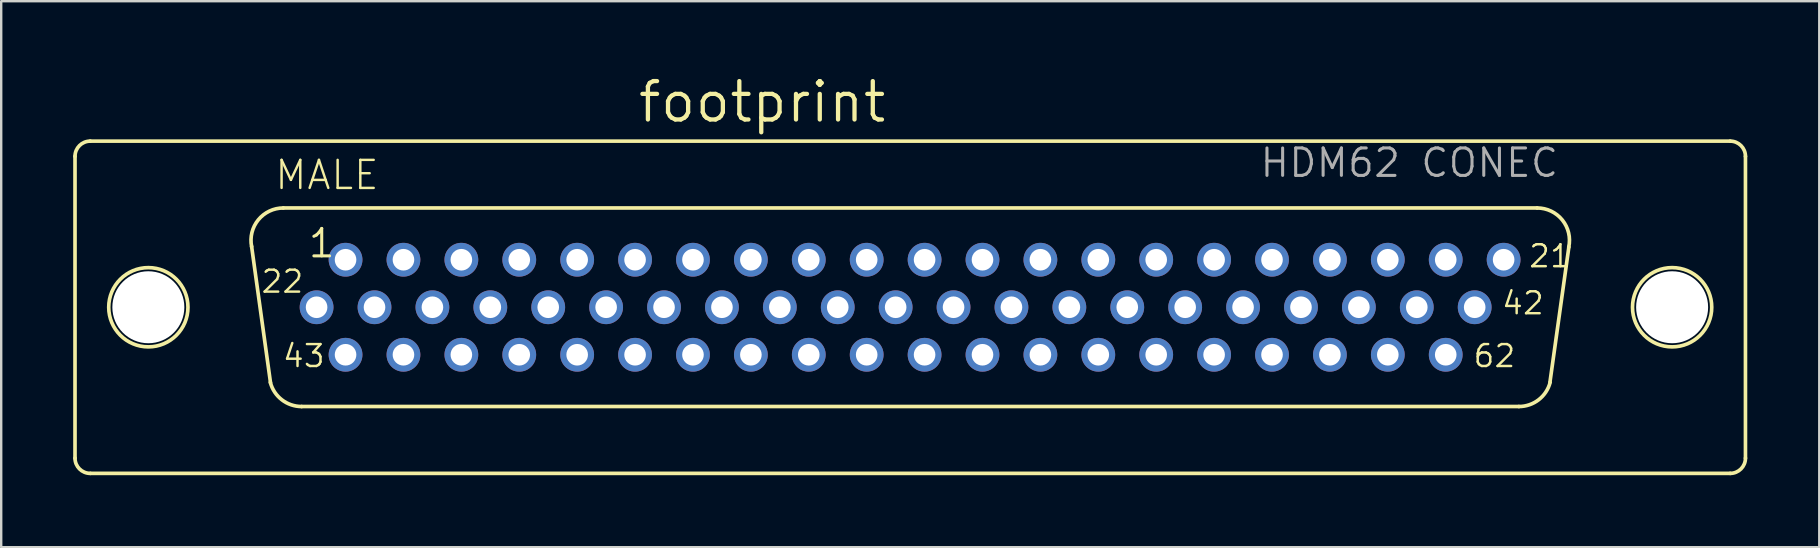
<source format=kicad_pcb>
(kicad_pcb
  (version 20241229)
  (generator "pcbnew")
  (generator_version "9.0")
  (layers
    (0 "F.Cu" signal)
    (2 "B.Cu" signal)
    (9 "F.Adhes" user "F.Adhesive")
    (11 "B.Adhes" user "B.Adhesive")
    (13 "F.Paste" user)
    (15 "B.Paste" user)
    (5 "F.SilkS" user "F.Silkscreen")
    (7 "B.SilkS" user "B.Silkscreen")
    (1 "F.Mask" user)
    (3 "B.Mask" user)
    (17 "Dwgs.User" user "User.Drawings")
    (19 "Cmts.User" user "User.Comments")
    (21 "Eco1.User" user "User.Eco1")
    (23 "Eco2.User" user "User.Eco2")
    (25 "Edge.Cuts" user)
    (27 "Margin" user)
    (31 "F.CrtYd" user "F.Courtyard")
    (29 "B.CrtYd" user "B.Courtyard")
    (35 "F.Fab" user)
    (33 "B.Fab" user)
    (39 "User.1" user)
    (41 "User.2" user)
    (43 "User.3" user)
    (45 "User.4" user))
  (footprint "footprint"
    (layer "F.Cu")
    (at 34.882 9.754)
    (property "Reference" "footprint" (at -11.43 -7.62 0) (layer "F.SilkS") (effects (font (size 1.6 1.6) (thickness 0.178)) (justify left bottom)))
    (fp_line (start -34.806 -6.288) (end -34.806 6.288) (stroke (width 0.152) (type solid)) (layer "F.SilkS"))
    (fp_line (start -34.163 6.923) (end 34.171 6.923) (stroke (width 0.152) (type solid)) (layer "F.SilkS"))
    (fp_line (start -26.659 3.146) (end -27.447 -2.537) (stroke (width 0.152) (type solid)) (layer "F.SilkS"))
    (fp_line (start -26.126 -4.137) (end 26.126 -4.137) (stroke (width 0.152) (type solid)) (layer "F.SilkS"))
    (fp_line (start -25.364 4.137) (end 25.364 4.137) (stroke (width 0.152) (type solid)) (layer "F.SilkS"))
    (fp_line (start 27.447 -2.511) (end 26.659 3.121) (stroke (width 0.152) (type solid)) (layer "F.SilkS"))
    (fp_line (start 34.163 -6.923) (end -34.171 -6.923) (stroke (width 0.152) (type solid)) (layer "F.SilkS"))
    (fp_line (start 34.806 -6.288) (end 34.806 6.288) (stroke (width 0.152) (type solid)) (layer "F.SilkS"))
    (fp_arc (start -34.806 -6.288) (mid -34.620013 -6.737013) (end -34.171 -6.923) (stroke (width 0.1524) (type solid)) (layer "F.SilkS"))
    (fp_arc (start -34.171 6.923) (mid -34.620013 6.737013) (end -34.806 6.288) (stroke (width 0.1524) (type solid)) (layer "F.SilkS"))
    (fp_arc (start -27.4461 -2.5268) (mid -27.167082 -3.644284) (end -26.126 -4.137) (stroke (width 0.1524) (type solid)) (layer "F.SilkS"))
    (fp_arc (start -25.364 4.137) (mid -26.1875 3.855745) (end -26.6669 3.1295) (stroke (width 0.1524) (type solid)) (layer "F.SilkS"))
    (fp_arc (start 26.126 -4.137) (mid 27.174557 -3.635183) (end 27.441499 -2.503798) (stroke (width 0.1524) (type solid)) (layer "F.SilkS"))
    (fp_arc (start 26.6669 3.1295) (mid 26.1875 3.855746) (end 25.364 4.137) (stroke (width 0.1524) (type solid)) (layer "F.SilkS"))
    (fp_arc (start 34.171 -6.923) (mid 34.620013 -6.737013) (end 34.806 -6.288) (stroke (width 0.1524) (type solid)) (layer "F.SilkS"))
    (fp_arc (start 34.806 6.288) (mid 34.620013 6.737013) (end 34.171 6.923) (stroke (width 0.1524) (type solid)) (layer "F.SilkS"))
    (fp_circle (center -31.75 0) (end -30.099 0) (stroke (width 0.152) (type solid)) (fill no) (layer "F.SilkS"))
    (fp_circle (center 31.75 0) (end 33.401 0) (stroke (width 0.152) (type solid)) (fill no) (layer "F.SilkS"))
    (fp_text user "21" (at 25.722 -1.595 0) (layer "F.SilkS") (effects (font (size 0.914 0.914) (thickness 0.102)) (justify left bottom)))
    (fp_text user "1" (at -25.153 -1.995 0) (layer "F.SilkS") (effects (font (size 1.143 1.143) (thickness 0.127)) (justify left bottom)))
    (fp_text user "42" (at 24.595 0.365 0) (layer "F.SilkS") (effects (font (size 0.914 0.914) (thickness 0.102)) (justify left bottom)))
    (fp_text user "62" (at 23.407 2.565 0) (layer "F.SilkS") (effects (font (size 0.914 0.914) (thickness 0.102)) (justify left bottom)))
    (fp_text user "43" (at -26.21 2.565 0) (layer "F.SilkS") (effects (font (size 0.914 0.914) (thickness 0.102)) (justify left bottom)))
    (fp_text user "MALE" (at -26.543 -4.826 0) (layer "F.SilkS") (effects (font (size 1.168 1.168) (thickness 0.102)) (justify left bottom)))
    (fp_text user "22" (at -27.102 -0.535 0) (layer "F.SilkS") (effects (font (size 0.914 0.914) (thickness 0.102)) (justify left bottom)))
    (fp_text user "HDM62 CONEC" (at 14.51 -5.349 0) (layer "F.Fab") (effects (font (size 1.143 1.143) (thickness 0.127)) (justify left bottom)))
    (pad "" np_thru_hole circle (at -31.75 0) (size 3 3) (drill 3) (layers "*.Cu" "*.Mask"))
    (pad "" np_thru_hole circle (at 31.75 0) (size 3 3) (drill 3) (layers "*.Cu" "*.Mask"))
    (pad "1" thru_hole circle (at -23.532 -1.98) (size 1.408 1.408) (drill 0.9) (layers "*.Cu" "*.Mask"))
    (pad "2" thru_hole circle (at -21.119 -1.98) (size 1.408 1.408) (drill 0.9) (layers "*.Cu" "*.Mask"))
    (pad "3" thru_hole circle (at -18.706 -1.98) (size 1.408 1.408) (drill 0.9) (layers "*.Cu" "*.Mask"))
    (pad "4" thru_hole circle (at -16.293 -1.98) (size 1.408 1.408) (drill 0.9) (layers "*.Cu" "*.Mask"))
    (pad "5" thru_hole circle (at -13.88 -1.98) (size 1.408 1.408) (drill 0.9) (layers "*.Cu" "*.Mask"))
    (pad "6" thru_hole circle (at -11.467 -1.98) (size 1.408 1.408) (drill 0.9) (layers "*.Cu" "*.Mask"))
    (pad "7" thru_hole circle (at -9.054 -1.98) (size 1.408 1.408) (drill 0.9) (layers "*.Cu" "*.Mask"))
    (pad "8" thru_hole circle (at -6.641 -1.98) (size 1.408 1.408) (drill 0.9) (layers "*.Cu" "*.Mask"))
    (pad "9" thru_hole circle (at -4.228 -1.98) (size 1.408 1.408) (drill 0.9) (layers "*.Cu" "*.Mask"))
    (pad "10" thru_hole circle (at -1.815 -1.98) (size 1.408 1.408) (drill 0.9) (layers "*.Cu" "*.Mask"))
    (pad "11" thru_hole circle (at 0.598 -1.98) (size 1.408 1.408) (drill 0.9) (layers "*.Cu" "*.Mask"))
    (pad "12" thru_hole circle (at 3.011 -1.98) (size 1.408 1.408) (drill 0.9) (layers "*.Cu" "*.Mask"))
    (pad "13" thru_hole circle (at 5.424 -1.98) (size 1.408 1.408) (drill 0.9) (layers "*.Cu" "*.Mask"))
    (pad "14" thru_hole circle (at 7.837 -1.98) (size 1.408 1.408) (drill 0.9) (layers "*.Cu" "*.Mask"))
    (pad "15" thru_hole circle (at 10.25 -1.98) (size 1.408 1.408) (drill 0.9) (layers "*.Cu" "*.Mask"))
    (pad "16" thru_hole circle (at 12.663 -1.98) (size 1.408 1.408) (drill 0.9) (layers "*.Cu" "*.Mask"))
    (pad "17" thru_hole circle (at 15.076 -1.98) (size 1.408 1.408) (drill 0.9) (layers "*.Cu" "*.Mask"))
    (pad "18" thru_hole circle (at 17.489 -1.98) (size 1.408 1.408) (drill 0.9) (layers "*.Cu" "*.Mask"))
    (pad "19" thru_hole circle (at 19.902 -1.98) (size 1.408 1.408) (drill 0.9) (layers "*.Cu" "*.Mask"))
    (pad "20" thru_hole circle (at 22.315 -1.98) (size 1.408 1.408) (drill 0.9) (layers "*.Cu" "*.Mask"))
    (pad "21" thru_hole circle (at 24.728 -1.98) (size 1.408 1.408) (drill 0.9) (layers "*.Cu" "*.Mask"))
    (pad "22" thru_hole circle (at -24.739 0) (size 1.408 1.408) (drill 0.9) (layers "*.Cu" "*.Mask"))
    (pad "23" thru_hole circle (at -22.325 0) (size 1.408 1.408) (drill 0.9) (layers "*.Cu" "*.Mask"))
    (pad "24" thru_hole circle (at -19.912 0) (size 1.408 1.408) (drill 0.9) (layers "*.Cu" "*.Mask"))
    (pad "25" thru_hole circle (at -17.499 0) (size 1.408 1.408) (drill 0.9) (layers "*.Cu" "*.Mask"))
    (pad "26" thru_hole circle (at -15.086 0) (size 1.408 1.408) (drill 0.9) (layers "*.Cu" "*.Mask"))
    (pad "27" thru_hole circle (at -12.673 0) (size 1.408 1.408) (drill 0.9) (layers "*.Cu" "*.Mask"))
    (pad "28" thru_hole circle (at -10.26 0) (size 1.408 1.408) (drill 0.9) (layers "*.Cu" "*.Mask"))
    (pad "29" thru_hole circle (at -7.847 0) (size 1.408 1.408) (drill 0.9) (layers "*.Cu" "*.Mask"))
    (pad "30" thru_hole circle (at -5.434 0) (size 1.408 1.408) (drill 0.9) (layers "*.Cu" "*.Mask"))
    (pad "31" thru_hole circle (at -3.021 0) (size 1.408 1.408) (drill 0.9) (layers "*.Cu" "*.Mask"))
    (pad "32" thru_hole circle (at -0.608 0) (size 1.408 1.408) (drill 0.9) (layers "*.Cu" "*.Mask"))
    (pad "33" thru_hole circle (at 1.805 0) (size 1.408 1.408) (drill 0.9) (layers "*.Cu" "*.Mask"))
    (pad "34" thru_hole circle (at 4.218 0) (size 1.408 1.408) (drill 0.9) (layers "*.Cu" "*.Mask"))
    (pad "35" thru_hole circle (at 6.631 0) (size 1.408 1.408) (drill 0.9) (layers "*.Cu" "*.Mask"))
    (pad "36" thru_hole circle (at 9.044 0) (size 1.408 1.408) (drill 0.9) (layers "*.Cu" "*.Mask"))
    (pad "37" thru_hole circle (at 11.457 0) (size 1.408 1.408) (drill 0.9) (layers "*.Cu" "*.Mask"))
    (pad "38" thru_hole circle (at 13.87 0) (size 1.408 1.408) (drill 0.9) (layers "*.Cu" "*.Mask"))
    (pad "39" thru_hole circle (at 16.283 0) (size 1.408 1.408) (drill 0.9) (layers "*.Cu" "*.Mask"))
    (pad "40" thru_hole circle (at 18.696 0) (size 1.408 1.408) (drill 0.9) (layers "*.Cu" "*.Mask"))
    (pad "41" thru_hole circle (at 21.109 0) (size 1.408 1.408) (drill 0.9) (layers "*.Cu" "*.Mask"))
    (pad "42" thru_hole circle (at 23.522 0) (size 1.408 1.408) (drill 0.9) (layers "*.Cu" "*.Mask"))
    (pad "43" thru_hole circle (at -23.532 1.98) (size 1.408 1.408) (drill 0.9) (layers "*.Cu" "*.Mask"))
    (pad "44" thru_hole circle (at -21.119 1.98) (size 1.408 1.408) (drill 0.9) (layers "*.Cu" "*.Mask"))
    (pad "45" thru_hole circle (at -18.706 1.98) (size 1.408 1.408) (drill 0.9) (layers "*.Cu" "*.Mask"))
    (pad "46" thru_hole circle (at -16.293 1.98) (size 1.408 1.408) (drill 0.9) (layers "*.Cu" "*.Mask"))
    (pad "47" thru_hole circle (at -13.88 1.98) (size 1.408 1.408) (drill 0.9) (layers "*.Cu" "*.Mask"))
    (pad "48" thru_hole circle (at -11.467 1.98) (size 1.408 1.408) (drill 0.9) (layers "*.Cu" "*.Mask"))
    (pad "49" thru_hole circle (at -9.054 1.98) (size 1.408 1.408) (drill 0.9) (layers "*.Cu" "*.Mask"))
    (pad "50" thru_hole circle (at -6.641 1.98) (size 1.408 1.408) (drill 0.9) (layers "*.Cu" "*.Mask"))
    (pad "51" thru_hole circle (at -4.228 1.98) (size 1.408 1.408) (drill 0.9) (layers "*.Cu" "*.Mask"))
    (pad "52" thru_hole circle (at -1.815 1.98) (size 1.408 1.408) (drill 0.9) (layers "*.Cu" "*.Mask"))
    (pad "53" thru_hole circle (at 0.598 1.98) (size 1.408 1.408) (drill 0.9) (layers "*.Cu" "*.Mask"))
    (pad "54" thru_hole circle (at 3.011 1.98) (size 1.408 1.408) (drill 0.9) (layers "*.Cu" "*.Mask"))
    (pad "55" thru_hole circle (at 5.424 1.98) (size 1.408 1.408) (drill 0.9) (layers "*.Cu" "*.Mask"))
    (pad "56" thru_hole circle (at 7.837 1.98) (size 1.408 1.408) (drill 0.9) (layers "*.Cu" "*.Mask"))
    (pad "57" thru_hole circle (at 10.25 1.98) (size 1.408 1.408) (drill 0.9) (layers "*.Cu" "*.Mask"))
    (pad "58" thru_hole circle (at 12.663 1.98) (size 1.408 1.408) (drill 0.9) (layers "*.Cu" "*.Mask"))
    (pad "59" thru_hole circle (at 15.076 1.98) (size 1.408 1.408) (drill 0.9) (layers "*.Cu" "*.Mask"))
    (pad "60" thru_hole circle (at 17.489 1.98) (size 1.408 1.408) (drill 0.9) (layers "*.Cu" "*.Mask"))
    (pad "61" thru_hole circle (at 19.902 1.98) (size 1.408 1.408) (drill 0.9) (layers "*.Cu" "*.Mask"))
    (pad "62" thru_hole circle (at 22.315 1.98) (size 1.408 1.408) (drill 0.9) (layers "*.Cu" "*.Mask"))
    (zone (net_name "") (layers "F.Cu" "B.Cu") (hatch edge 0.508) (connect_pads) (min_thickness 0.254) (filled_areas_thickness no) (keepout (tracks allowed) (vias not_allowed) (pads allowed) (copperpour allowed) (footprints allowed)) (placement (enabled no)) (fill) (polygon (pts (xy 5.799 9.754) (xy 5.759 9.29) (xy 5.638 8.841) (xy 5.442 8.42) (xy 5.175 8.039) (xy 4.847 7.711) (xy 4.466 7.444) (xy 4.044 7.247) (xy 3.595 7.127) (xy 3.132 7.087) (xy 2.669 7.127) (xy 2.22 7.247) (xy 1.799 7.444) (xy 1.418 7.711) (xy 1.089 8.039) (xy 0.823 8.42) (xy 0.626 8.841) (xy 0.506 9.29) (xy 0.465 9.754) (xy 0.506 10.217) (xy 0.626 10.666) (xy 0.823 11.087) (xy 1.089 11.468) (xy 1.418 11.797) (xy 1.799 12.063) (xy 2.22 12.26) (xy 2.669 12.38) (xy 3.132 12.421) (xy 3.595 12.38) (xy 4.044 12.26) (xy 4.466 12.063) (xy 4.847 11.797) (xy 5.175 11.468) (xy 5.442 11.087) (xy 5.638 10.666) (xy 5.759 10.217))))
    (zone (net_name "") (layers "F.Cu" "B.Cu") (hatch edge 0.508) (connect_pads) (min_thickness 0.254) (filled_areas_thickness no) (keepout (tracks allowed) (vias not_allowed) (pads allowed) (copperpour allowed) (footprints allowed)) (placement (enabled no)) (fill) (polygon (pts (xy 69.299 9.754) (xy 69.259 9.29) (xy 69.138 8.841) (xy 68.942 8.42) (xy 68.675 8.039) (xy 68.347 7.711) (xy 67.966 7.444) (xy 67.544 7.247) (xy 67.095 7.127) (xy 66.632 7.087) (xy 66.169 7.127) (xy 65.72 7.247) (xy 65.299 7.444) (xy 64.918 7.711) (xy 64.589 8.039) (xy 64.323 8.42) (xy 64.126 8.841) (xy 64.006 9.29) (xy 63.965 9.754) (xy 64.006 10.217) (xy 64.126 10.666) (xy 64.323 11.087) (xy 64.589 11.468) (xy 64.918 11.797) (xy 65.299 12.063) (xy 65.72 12.26) (xy 66.169 12.38) (xy 66.632 12.421) (xy 67.095 12.38) (xy 67.544 12.26) (xy 67.966 12.063) (xy 68.347 11.797) (xy 68.675 11.468) (xy 68.942 11.087) (xy 69.138 10.666) (xy 69.259 10.217))))
    (zone (net_name "") (layer "B.Cu") (hatch edge 0.508) (connect_pads) (min_thickness 0.254) (filled_areas_thickness no) (keepout (tracks not_allowed) (vias not_allowed) (pads not_allowed) (copperpour not_allowed) (footprints allowed)) (placement (enabled no)) (fill) (polygon (pts (xy 5.799 9.754) (xy 5.759 9.29) (xy 5.638 8.841) (xy 5.442 8.42) (xy 5.175 8.039) (xy 4.847 7.711) (xy 4.466 7.444) (xy 4.044 7.247) (xy 3.595 7.127) (xy 3.132 7.087) (xy 2.669 7.127) (xy 2.22 7.247) (xy 1.799 7.444) (xy 1.418 7.711) (xy 1.089 8.039) (xy 0.823 8.42) (xy 0.626 8.841) (xy 0.506 9.29) (xy 0.465 9.754) (xy 0.506 10.217) (xy 0.626 10.666) (xy 0.823 11.087) (xy 1.089 11.468) (xy 1.418 11.797) (xy 1.799 12.063) (xy 2.22 12.26) (xy 2.669 12.38) (xy 3.132 12.421) (xy 3.595 12.38) (xy 4.044 12.26) (xy 4.466 12.063) (xy 4.847 11.797) (xy 5.175 11.468) (xy 5.442 11.087) (xy 5.638 10.666) (xy 5.759 10.217))))
    (zone (net_name "") (layer "B.Cu") (hatch edge 0.508) (connect_pads) (min_thickness 0.254) (filled_areas_thickness no) (keepout (tracks not_allowed) (vias not_allowed) (pads not_allowed) (copperpour not_allowed) (footprints allowed)) (placement (enabled no)) (fill) (polygon (pts (xy 69.299 9.754) (xy 69.259 9.29) (xy 69.138 8.841) (xy 68.942 8.42) (xy 68.675 8.039) (xy 68.347 7.711) (xy 67.966 7.444) (xy 67.544 7.247) (xy 67.095 7.127) (xy 66.632 7.087) (xy 66.169 7.127) (xy 65.72 7.247) (xy 65.299 7.444) (xy 64.918 7.711) (xy 64.589 8.039) (xy 64.323 8.42) (xy 64.126 8.841) (xy 64.006 9.29) (xy 63.965 9.754) (xy 64.006 10.217) (xy 64.126 10.666) (xy 64.323 11.087) (xy 64.589 11.468) (xy 64.918 11.797) (xy 65.299 12.063) (xy 65.72 12.26) (xy 66.169 12.38) (xy 66.632 12.421) (xy 67.095 12.38) (xy 67.544 12.26) (xy 67.966 12.063) (xy 68.347 11.797) (xy 68.675 11.468) (xy 68.942 11.087) (xy 69.138 10.666) (xy 69.259 10.217)))))
  (gr_rect
    (start -3 -3)
    (end 72.764 19.753)
    (stroke (width 0.1) (type default))
    (fill no)
    (layer "Edge.Cuts")))
</source>
